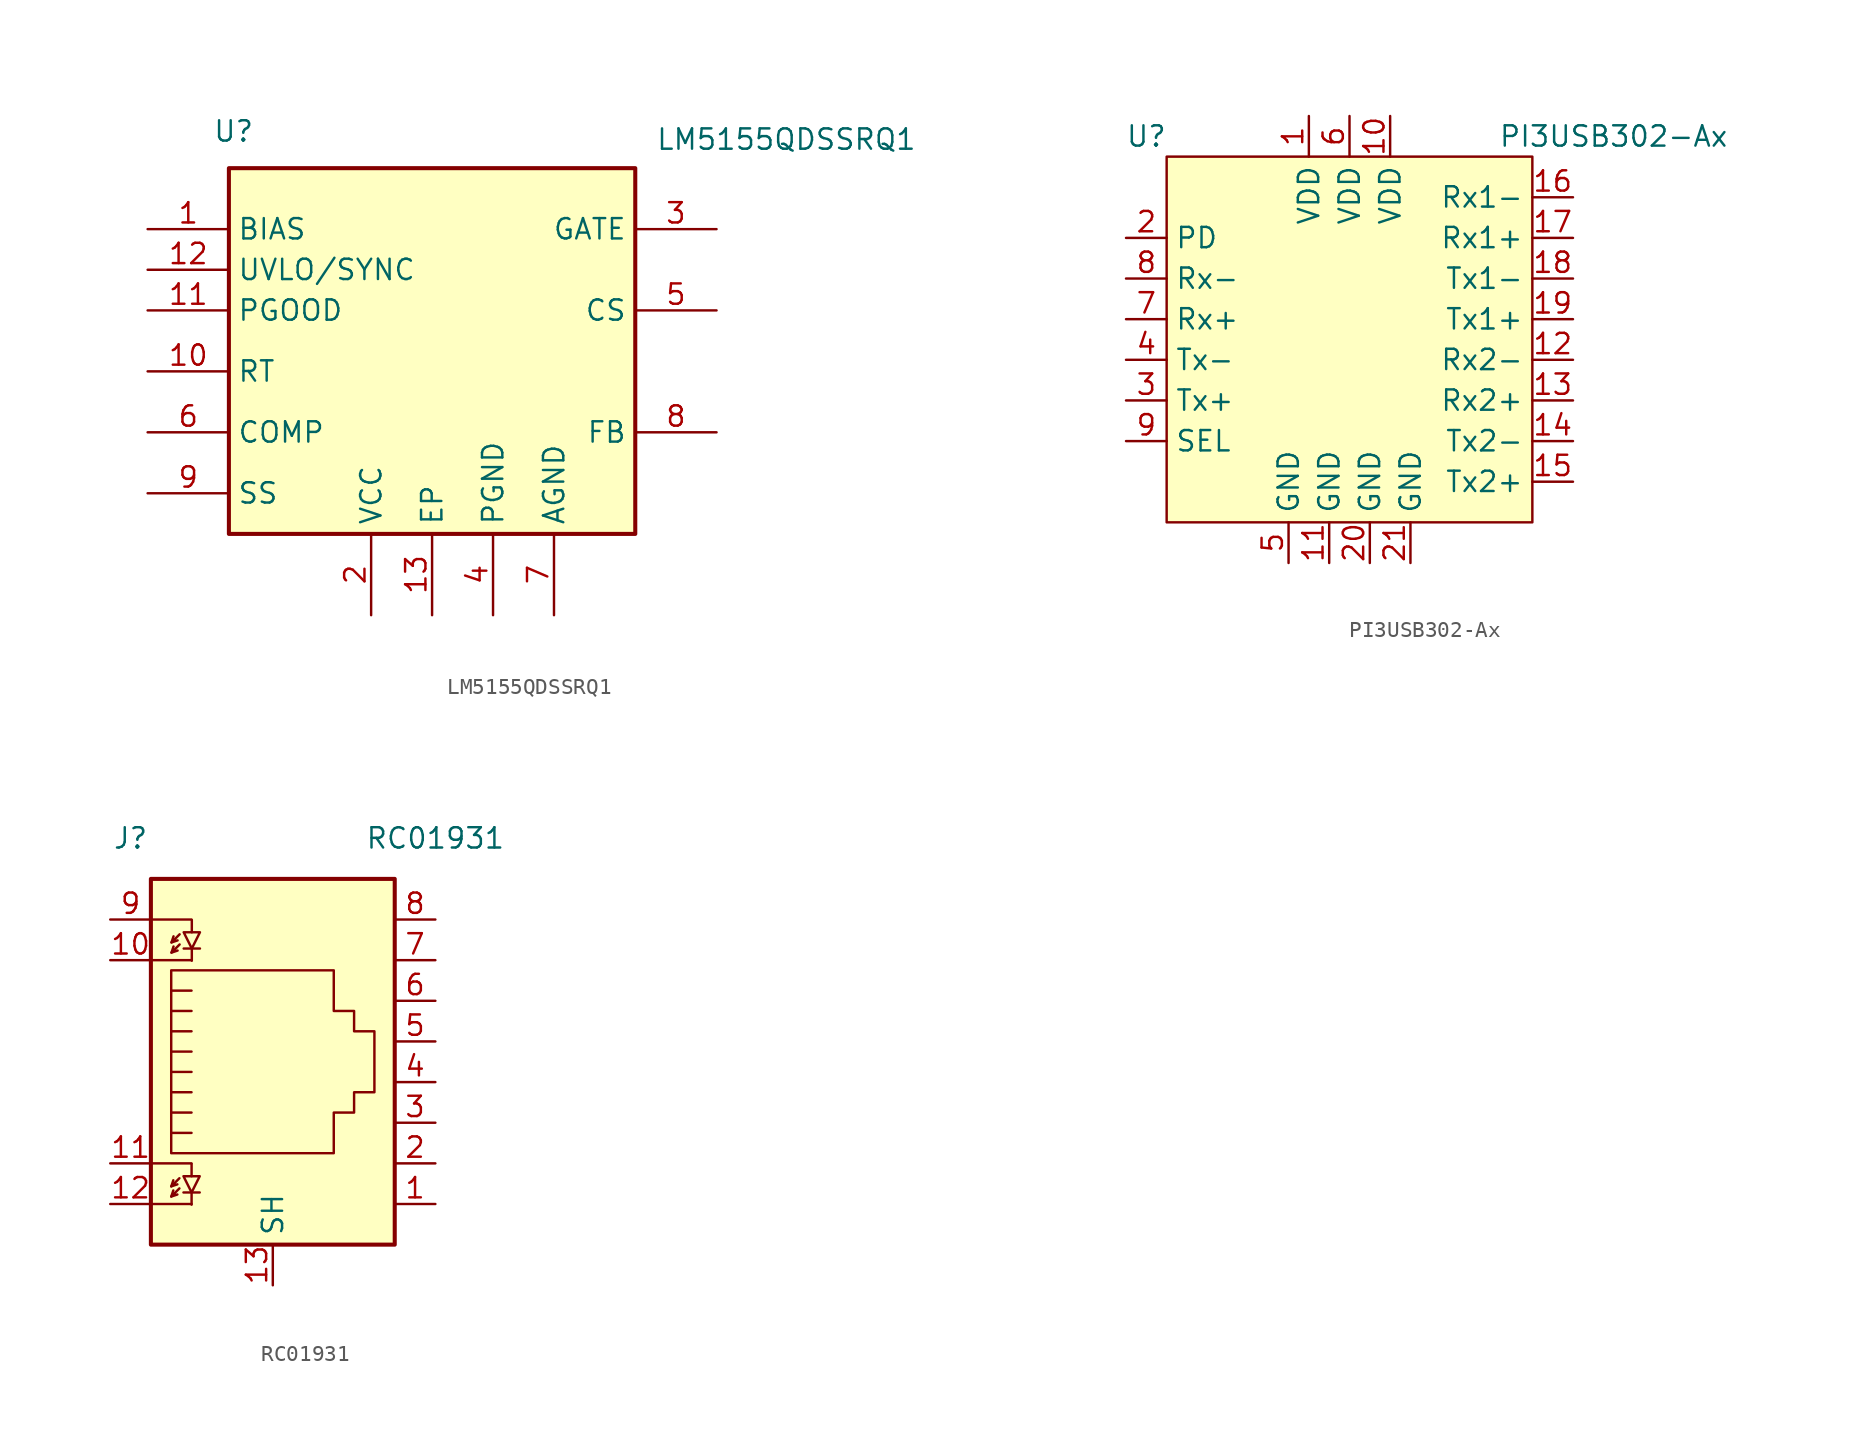
<source format=kicad_sym>
(kicad_symbol_lib
  (version 20231120)
  (generator "kicad_symbol_editor")
  (generator_version "8.0")
  (symbol "LM5155QDSSRQ1"
    (property "Reference" "U"
      (at -13.716 13.208 0)
      (effects (font (size 1.27 1.27)) (justify left top)))
    (property "Value" "LM5155QDSSRQ1"
      (at 13.97 12.7 0)
      (effects (font (size 1.27 1.27)) (justify left top)))
    (symbol "LM5155QDSSRQ1_1_1"
      (rectangle (start -12.7 10.16) (end 12.7 -12.7) (stroke (width 0.254) (type default)) (fill (type background)))
      (pin passive line (at -17.78 6.35 0) (length 5.08) (name "BIAS" (effects (font (size 1.27 1.27)))) (number "1" (effects (font (size 1.27 1.27)))))
      (pin passive line (at -17.78 -2.54 0) (length 5.08) (name "RT" (effects (font (size 1.27 1.27)))) (number "10" (effects (font (size 1.27 1.27)))))
      (pin passive line (at -17.78 1.27 0) (length 5.08) (name "PGOOD" (effects (font (size 1.27 1.27)))) (number "11" (effects (font (size 1.27 1.27)))))
      (pin passive line (at -17.78 3.81 0) (length 5.08) (name "UVLO/SYNC" (effects (font (size 1.27 1.27)))) (number "12" (effects (font (size 1.27 1.27)))))
      (pin passive line (at 0 -17.78 90) (length 5.08) (name "EP" (effects (font (size 1.27 1.27)))) (number "13" (effects (font (size 1.27 1.27)))))
      (pin passive line (at -3.81 -17.78 90) (length 5.08) (name "VCC" (effects (font (size 1.27 1.27)))) (number "2" (effects (font (size 1.27 1.27)))))
      (pin passive line (at 17.78 6.35 180) (length 5.08) (name "GATE" (effects (font (size 1.27 1.27)))) (number "3" (effects (font (size 1.27 1.27)))))
      (pin passive line (at 3.81 -17.78 90) (length 5.08) (name "PGND" (effects (font (size 1.27 1.27)))) (number "4" (effects (font (size 1.27 1.27)))))
      (pin passive line (at 17.78 1.27 180) (length 5.08) (name "CS" (effects (font (size 1.27 1.27)))) (number "5" (effects (font (size 1.27 1.27)))))
      (pin passive line (at -17.78 -6.35 0) (length 5.08) (name "COMP" (effects (font (size 1.27 1.27)))) (number "6" (effects (font (size 1.27 1.27)))))
      (pin passive line (at 7.62 -17.78 90) (length 5.08) (name "AGND" (effects (font (size 1.27 1.27)))) (number "7" (effects (font (size 1.27 1.27)))))
      (pin passive line (at 17.78 -6.35 180) (length 5.08) (name "FB" (effects (font (size 1.27 1.27)))) (number "8" (effects (font (size 1.27 1.27)))))
      (pin passive line (at -17.78 -10.16 0) (length 5.08) (name "SS" (effects (font (size 1.27 1.27)))) (number "9" (effects (font (size 1.27 1.27)))))))
  (symbol "PI3USB302-Ax"
    (property "Reference" "U"
      (at -12.7 12.7 0)
      (effects (font (size 1.27 1.27))))
    (property "Value" "PI3USB302-Ax"
      (at 16.51 12.7 0)
      (effects (font (size 1.27 1.27))))
    (symbol "PI3USB302-Ax_1_1"
      (rectangle (start -11.43 11.43) (end 11.43 -11.43) (stroke (width 0) (type default)) (fill (type background)))
      (pin power_in line (at -2.54 13.97 270) (length 2.54) (name "VDD" (effects (font (size 1.27 1.27)))) (number "1" (effects (font (size 1.27 1.27)))))
      (pin power_in line (at 2.54 13.97 270) (length 2.54) (name "VDD" (effects (font (size 1.27 1.27)))) (number "10" (effects (font (size 1.27 1.27)))))
      (pin power_in line (at -1.27 -13.97 90) (length 2.54) (name "GND" (effects (font (size 1.27 1.27)))) (number "11" (effects (font (size 1.27 1.27)))))
      (pin bidirectional line (at 13.97 -1.27 180) (length 2.54) (name "Rx2-" (effects (font (size 1.27 1.27)))) (number "12" (effects (font (size 1.27 1.27)))))
      (pin bidirectional line (at 13.97 -3.81 180) (length 2.54) (name "Rx2+" (effects (font (size 1.27 1.27)))) (number "13" (effects (font (size 1.27 1.27)))))
      (pin bidirectional line (at 13.97 -6.35 180) (length 2.54) (name "Tx2-" (effects (font (size 1.27 1.27)))) (number "14" (effects (font (size 1.27 1.27)))))
      (pin bidirectional line (at 13.97 -8.89 180) (length 2.54) (name "Tx2+" (effects (font (size 1.27 1.27)))) (number "15" (effects (font (size 1.27 1.27)))))
      (pin bidirectional line (at 13.97 8.89 180) (length 2.54) (name "Rx1-" (effects (font (size 1.27 1.27)))) (number "16" (effects (font (size 1.27 1.27)))))
      (pin bidirectional line (at 13.97 6.35 180) (length 2.54) (name "Rx1+" (effects (font (size 1.27 1.27)))) (number "17" (effects (font (size 1.27 1.27)))))
      (pin bidirectional line (at 13.97 3.81 180) (length 2.54) (name "Tx1-" (effects (font (size 1.27 1.27)))) (number "18" (effects (font (size 1.27 1.27)))))
      (pin bidirectional line (at 13.97 1.27 180) (length 2.54) (name "Tx1+" (effects (font (size 1.27 1.27)))) (number "19" (effects (font (size 1.27 1.27)))))
      (pin input line (at -13.97 6.35 0) (length 2.54) (name "PD" (effects (font (size 1.27 1.27)))) (number "2" (effects (font (size 1.27 1.27)))))
      (pin power_in line (at 1.27 -13.97 90) (length 2.54) (name "GND" (effects (font (size 1.27 1.27)))) (number "20" (effects (font (size 1.27 1.27)))))
      (pin power_in line (at 3.81 -13.97 90) (length 2.54) (name "GND" (effects (font (size 1.27 1.27)))) (number "21" (effects (font (size 1.27 1.27)))))
      (pin bidirectional line (at -13.97 -3.81 0) (length 2.54) (name "Tx+" (effects (font (size 1.27 1.27)))) (number "3" (effects (font (size 1.27 1.27)))))
      (pin bidirectional line (at -13.97 -1.27 0) (length 2.54) (name "Tx-" (effects (font (size 1.27 1.27)))) (number "4" (effects (font (size 1.27 1.27)))))
      (pin power_in line (at -3.81 -13.97 90) (length 2.54) (name "GND" (effects (font (size 1.27 1.27)))) (number "5" (effects (font (size 1.27 1.27)))))
      (pin power_in line (at 0 13.97 270) (length 2.54) (name "VDD" (effects (font (size 1.27 1.27)))) (number "6" (effects (font (size 1.27 1.27)))))
      (pin bidirectional line (at -13.97 1.27 0) (length 2.54) (name "Rx+" (effects (font (size 1.27 1.27)))) (number "7" (effects (font (size 1.27 1.27)))))
      (pin bidirectional line (at -13.97 3.81 0) (length 2.54) (name "Rx-" (effects (font (size 1.27 1.27)))) (number "8" (effects (font (size 1.27 1.27)))))
      (pin input line (at -13.97 -6.35 0) (length 2.54) (name "SEL" (effects (font (size 1.27 1.27)))) (number "9" (effects (font (size 1.27 1.27)))))))
  (symbol "RC01931"
    (property "Reference" "J"
      (at -8.89 13.97 0)
      (effects (font (size 1.27 1.27))))
    (property "Value" "RC01931"
      (at 10.16 13.97 0)
      (effects (font (size 1.27 1.27))))
    (symbol "RC01931_0_1"
      (rectangle (start -7.62 11.43) (end 7.62 -11.43) (stroke (width 0.254) (type default)) (fill (type background)))
      (polyline (pts (xy -7.62 -8.89) (xy -5.08 -8.89)) (stroke (width 0) (type default)) (fill (type none)))
      (polyline (pts (xy -7.62 -6.35) (xy -5.08 -6.35)) (stroke (width 0) (type default)) (fill (type none)))
      (polyline (pts (xy -7.62 6.35) (xy -5.08 6.35)) (stroke (width 0) (type default)) (fill (type none)))
      (polyline (pts (xy -7.62 8.89) (xy -5.08 8.89)) (stroke (width 0) (type default)) (fill (type none)))
      (polyline (pts (xy -6.346 -8.423) (xy -6.219 -8.042)) (stroke (width 0) (type default)) (fill (type none)))
      (polyline (pts (xy -6.346 -7.788) (xy -6.219 -7.407)) (stroke (width 0) (type default)) (fill (type none)))
      (polyline (pts (xy -6.332 6.823) (xy -6.205 7.204)) (stroke (width 0) (type default)) (fill (type none)))
      (polyline (pts (xy -6.332 7.458) (xy -6.205 7.839)) (stroke (width 0) (type default)) (fill (type none)))
      (polyline (pts (xy -5.08 3.175) (xy -6.35 3.175)) (stroke (width 0) (type default)) (fill (type none)))
      (polyline (pts (xy -5.08 4.445) (xy -6.35 4.445)) (stroke (width 0) (type default)) (fill (type none)))
      (polyline (pts (xy -5.076 -8.931) (xy -5.076 -8.169)) (stroke (width 0) (type default)) (fill (type none)))
      (polyline (pts (xy -5.076 -6.391) (xy -5.076 -7.153)) (stroke (width 0) (type default)) (fill (type none)))
      (polyline (pts (xy -5.062 6.315) (xy -5.062 7.077)) (stroke (width 0) (type default)) (fill (type none)))
      (polyline (pts (xy -5.062 8.855) (xy -5.062 8.093)) (stroke (width 0) (type default)) (fill (type none)))
      (polyline (pts (xy -4.568 -8.169) (xy -5.584 -8.169)) (stroke (width 0) (type default)) (fill (type none)))
      (polyline (pts (xy -4.554 7.077) (xy -5.57 7.077)) (stroke (width 0) (type default)) (fill (type none)))
      (polyline (pts (xy -6.35 -4.445) (xy -5.08 -4.445) (xy -5.08 -4.445)) (stroke (width 0) (type default)) (fill (type none)))
      (polyline (pts (xy -6.35 -3.175) (xy -5.08 -3.175) (xy -5.08 -3.175)) (stroke (width 0) (type default)) (fill (type none)))
      (polyline (pts (xy -6.35 -1.905) (xy -5.08 -1.905) (xy -5.08 -1.905)) (stroke (width 0) (type default)) (fill (type none)))
      (polyline (pts (xy -6.35 -0.635) (xy -5.08 -0.635) (xy -5.08 -0.635)) (stroke (width 0) (type default)) (fill (type none)))
      (polyline (pts (xy -6.35 0.635) (xy -5.08 0.635) (xy -5.08 0.635)) (stroke (width 0) (type default)) (fill (type none)))
      (polyline (pts (xy -5.838 -7.915) (xy -6.346 -8.423) (xy -5.965 -8.296)) (stroke (width 0) (type default)) (fill (type none)))
      (polyline (pts (xy -5.838 -7.28) (xy -6.346 -7.788) (xy -5.965 -7.661)) (stroke (width 0) (type default)) (fill (type none)))
      (polyline (pts (xy -5.824 7.331) (xy -6.332 6.823) (xy -5.951 6.95)) (stroke (width 0) (type default)) (fill (type none)))
      (polyline (pts (xy -5.824 7.966) (xy -6.332 7.458) (xy -5.951 7.585)) (stroke (width 0) (type default)) (fill (type none)))
      (polyline (pts (xy -5.08 1.905) (xy -6.35 1.905) (xy -6.35 1.905)) (stroke (width 0) (type default)) (fill (type none)))
      (polyline (pts (xy -5.076 -8.169) (xy -4.568 -7.153) (xy -5.584 -7.153) (xy -5.076 -8.169)) (stroke (width 0) (type default)) (fill (type none)))
      (polyline (pts (xy -5.062 7.077) (xy -4.554 8.093) (xy -5.57 8.093) (xy -5.062 7.077)) (stroke (width 0) (type default)) (fill (type none)))
      (polyline (pts (xy -6.35 -5.715) (xy -6.35 5.715) (xy 3.81 5.715) (xy 3.81 3.175) (xy 5.08 3.175) (xy 5.08 1.905) (xy 6.35 1.905) (xy 6.35 -1.905) (xy 5.08 -1.905) (xy 5.08 -3.175) (xy 3.81 -3.175) (xy 3.81 -5.715) (xy -6.35 -5.715) (xy -6.35 -5.715)) (stroke (width 0) (type default)) (fill (type none))))
    (symbol "RC01931_1_1"
      (pin passive line (at 10.16 -8.89 180) (length 2.54) (name "~" (effects (font (size 1.27 1.27)))) (number "1" (effects (font (size 1.27 1.27)))))
      (pin passive line (at -10.16 6.35 0) (length 2.54) (name "~" (effects (font (size 1.27 1.27)))) (number "10" (effects (font (size 1.27 1.27)))))
      (pin passive line (at -10.16 -6.35 0) (length 2.54) (name "~" (effects (font (size 1.27 1.27)))) (number "11" (effects (font (size 1.27 1.27)))))
      (pin passive line (at -10.16 -8.89 0) (length 2.54) (name "~" (effects (font (size 1.27 1.27)))) (number "12" (effects (font (size 1.27 1.27)))))
      (pin passive line (at 0 -13.97 90) (length 2.54) (name "SH" (effects (font (size 1.27 1.27)))) (number "13" (effects (font (size 1.27 1.27)))))
      (pin passive line (at 10.16 -6.35 180) (length 2.54) (name "~" (effects (font (size 1.27 1.27)))) (number "2" (effects (font (size 1.27 1.27)))))
      (pin passive line (at 10.16 -3.81 180) (length 2.54) (name "~" (effects (font (size 1.27 1.27)))) (number "3" (effects (font (size 1.27 1.27)))))
      (pin passive line (at 10.16 -1.27 180) (length 2.54) (name "~" (effects (font (size 1.27 1.27)))) (number "4" (effects (font (size 1.27 1.27)))))
      (pin passive line (at 10.16 1.27 180) (length 2.54) (name "~" (effects (font (size 1.27 1.27)))) (number "5" (effects (font (size 1.27 1.27)))))
      (pin passive line (at 10.16 3.81 180) (length 2.54) (name "~" (effects (font (size 1.27 1.27)))) (number "6" (effects (font (size 1.27 1.27)))))
      (pin passive line (at 10.16 6.35 180) (length 2.54) (name "~" (effects (font (size 1.27 1.27)))) (number "7" (effects (font (size 1.27 1.27)))))
      (pin passive line (at 10.16 8.89 180) (length 2.54) (name "~" (effects (font (size 1.27 1.27)))) (number "8" (effects (font (size 1.27 1.27)))))
      (pin passive line (at -10.16 8.89 0) (length 2.54) (name "~" (effects (font (size 1.27 1.27)))) (number "9" (effects (font (size 1.27 1.27))))))))
</source>
